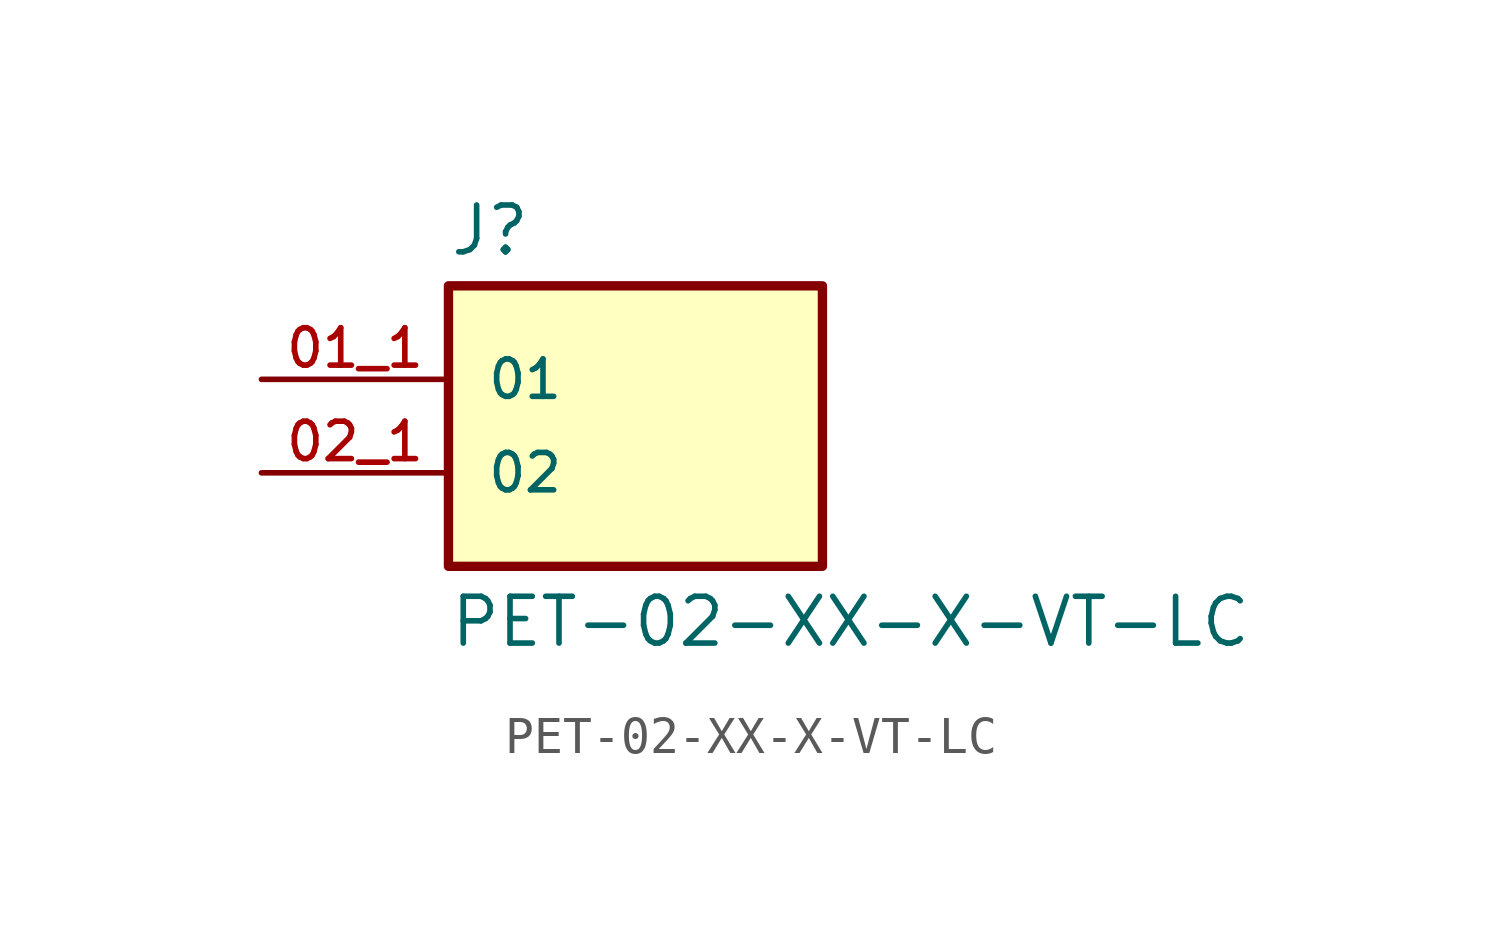
<source format=kicad_sym>
(kicad_symbol_lib
  (version 20211014)
  (generator kicad_symbol_editor)
  (symbol "PET-02-XX-X-VT-LC"
    (pin_names
      (offset 1.016))
    (property "Reference" "J"
      (at -5.08 3.302 0)
      (effects (font (size 1.27 1.27)) (justify bottom left)))
    (property "Value" "PET-02-XX-X-VT-LC"
      (at -5.08 -5.842 0)
      (effects (font (size 1.27 1.27)) (justify top left)))
    (symbol "PET-02-XX-X-VT-LC_0_0"
      (rectangle (start -5.08 -5.08) (end 5.08 2.54) (stroke (width 0.254)) (fill (type background)))
      (pin power_in line (at -10.16 0.0 0) (length 5.08) (name "01" (effects (font (size 1.016 1.016)))) (number "01_1" (effects (font (size 1.016 1.016)))))
      (pin power_in line (at -10.16 0.0 0) (length 5.08) hide (name "01" (effects (font (size 1.016 1.016)))) (number "01_2" (effects (font (size 1.016 1.016)))))
      (pin power_in line (at -10.16 0.0 0) (length 5.08) hide (name "01" (effects (font (size 1.016 1.016)))) (number "01_3" (effects (font (size 1.016 1.016)))))
      (pin power_in line (at -10.16 0.0 0) (length 5.08) hide (name "01" (effects (font (size 1.016 1.016)))) (number "01_4" (effects (font (size 1.016 1.016)))))
      (pin power_in line (at -10.16 0.0 0) (length 5.08) hide (name "01" (effects (font (size 1.016 1.016)))) (number "01_5" (effects (font (size 1.016 1.016)))))
      (pin power_in line (at -10.16 0.0 0) (length 5.08) hide (name "01" (effects (font (size 1.016 1.016)))) (number "01_6" (effects (font (size 1.016 1.016)))))
      (pin power_in line (at -10.16 0.0 0) (length 5.08) hide (name "01" (effects (font (size 1.016 1.016)))) (number "01_7" (effects (font (size 1.016 1.016)))))
      (pin power_in line (at -10.16 0.0 0) (length 5.08) hide (name "01" (effects (font (size 1.016 1.016)))) (number "01_8" (effects (font (size 1.016 1.016)))))
      (pin power_in line (at -10.16 -2.54 0) (length 5.08) (name "02" (effects (font (size 1.016 1.016)))) (number "02_1" (effects (font (size 1.016 1.016)))))
      (pin power_in line (at -10.16 -2.54 0) (length 5.08) hide (name "02" (effects (font (size 1.016 1.016)))) (number "02_2" (effects (font (size 1.016 1.016)))))
      (pin power_in line (at -10.16 -2.54 0) (length 5.08) hide (name "02" (effects (font (size 1.016 1.016)))) (number "02_3" (effects (font (size 1.016 1.016)))))
      (pin power_in line (at -10.16 -2.54 0) (length 5.08) hide (name "02" (effects (font (size 1.016 1.016)))) (number "02_4" (effects (font (size 1.016 1.016)))))
      (pin power_in line (at -10.16 -2.54 0) (length 5.08) hide (name "02" (effects (font (size 1.016 1.016)))) (number "02_5" (effects (font (size 1.016 1.016)))))
      (pin power_in line (at -10.16 -2.54 0) (length 5.08) hide (name "02" (effects (font (size 1.016 1.016)))) (number "02_6" (effects (font (size 1.016 1.016)))))
      (pin power_in line (at -10.16 -2.54 0) (length 5.08) hide (name "02" (effects (font (size 1.016 1.016)))) (number "02_7" (effects (font (size 1.016 1.016)))))
      (pin power_in line (at -10.16 -2.54 0) (length 5.08) hide (name "02" (effects (font (size 1.016 1.016)))) (number "02_8" (effects (font (size 1.016 1.016))))))))
</source>
